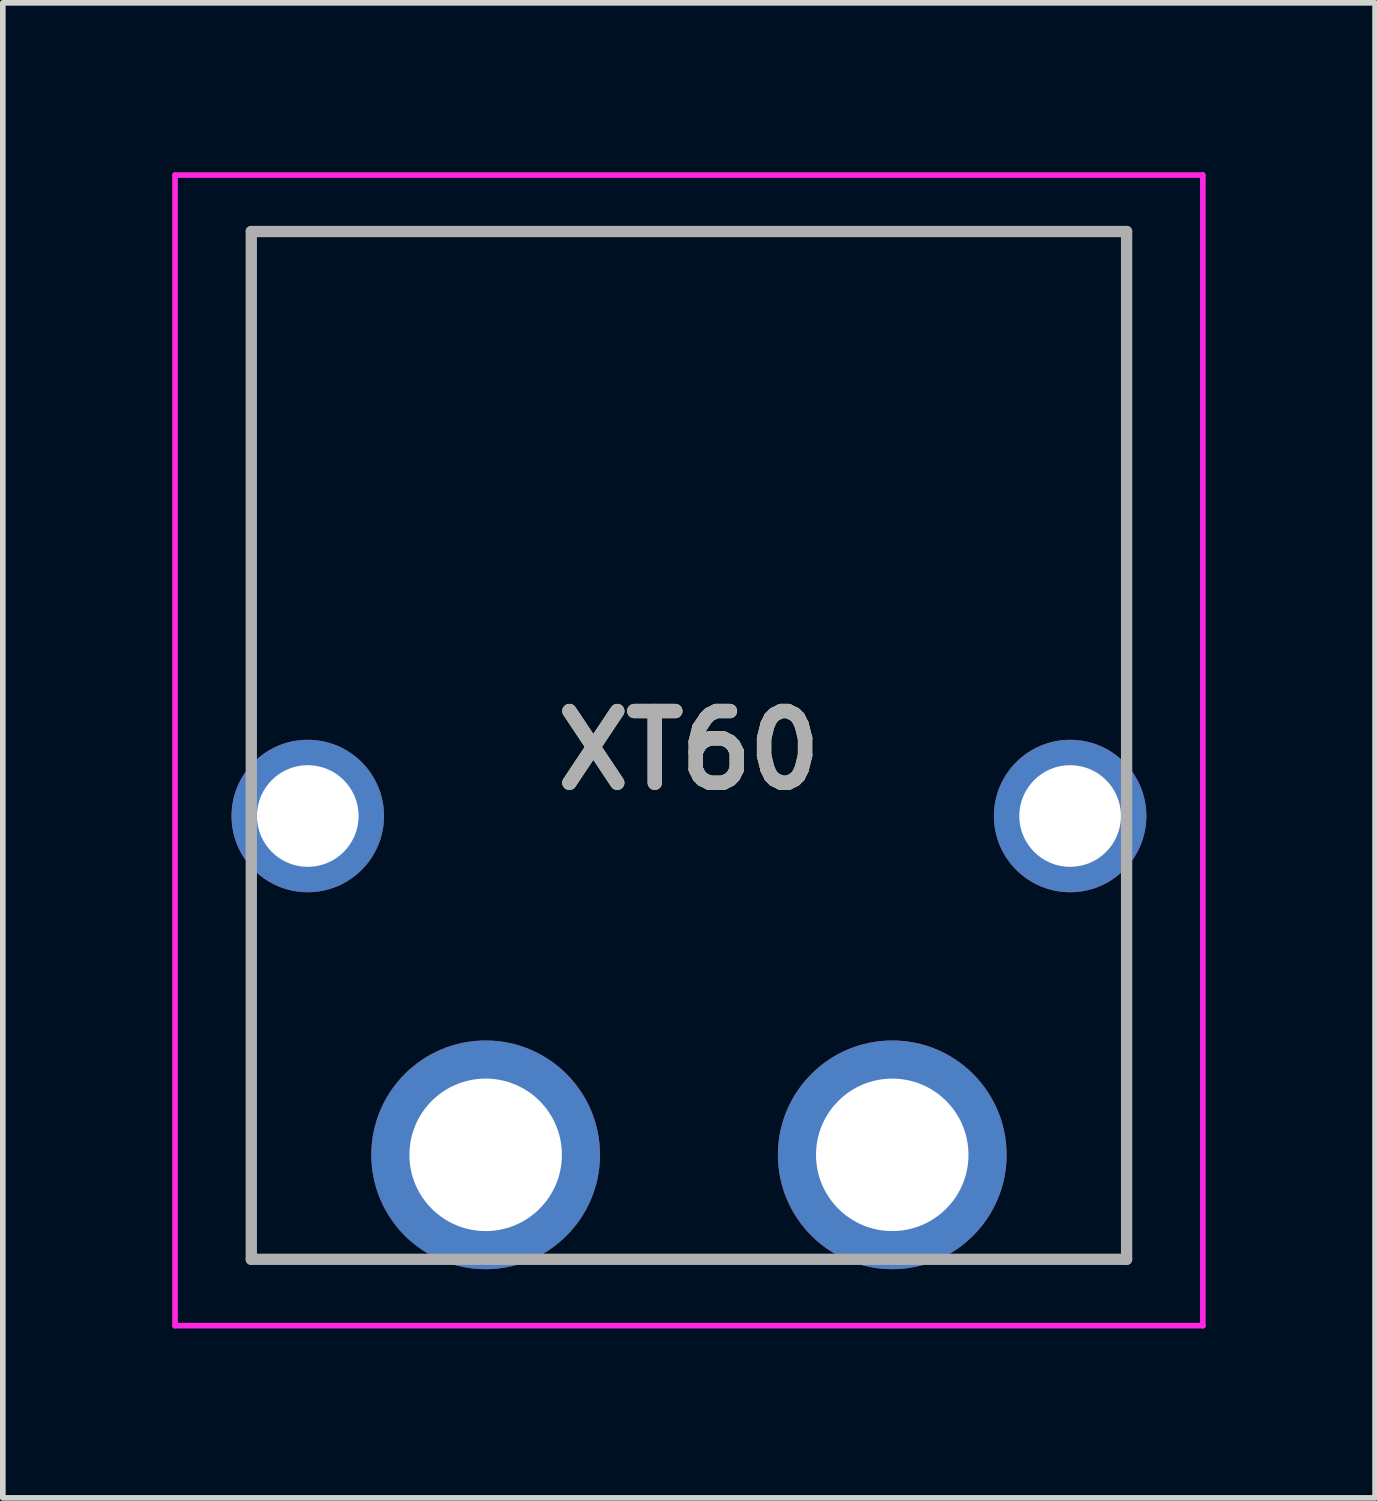
<source format=kicad_pcb>
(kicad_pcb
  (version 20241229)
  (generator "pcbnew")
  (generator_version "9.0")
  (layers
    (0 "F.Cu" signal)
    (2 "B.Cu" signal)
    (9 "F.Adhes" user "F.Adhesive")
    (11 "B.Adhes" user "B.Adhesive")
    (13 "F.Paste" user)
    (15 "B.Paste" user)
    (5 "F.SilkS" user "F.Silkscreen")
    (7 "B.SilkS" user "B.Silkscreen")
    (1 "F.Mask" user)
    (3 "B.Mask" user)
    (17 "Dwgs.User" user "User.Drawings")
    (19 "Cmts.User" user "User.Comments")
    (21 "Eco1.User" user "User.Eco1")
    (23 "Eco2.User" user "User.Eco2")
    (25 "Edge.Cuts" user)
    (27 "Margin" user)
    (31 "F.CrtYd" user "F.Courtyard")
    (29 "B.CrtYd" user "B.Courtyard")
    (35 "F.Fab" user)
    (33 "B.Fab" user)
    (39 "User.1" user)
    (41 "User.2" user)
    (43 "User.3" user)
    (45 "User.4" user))
  (footprint "XT60"
    (layer "F.Cu")
    (at 9.15 17.4)
    (property "Reference" "XT60" (at 0 -7.163 0) (layer "F.SilkS") (effects (font (size 1.27 1.27) (thickness 0.254))))
    (attr through_hole)
    (fp_line (start -7.75 -16.35) (end 7.75 -16.35) (stroke (width 0.1) (type solid)) (layer "F.SilkS"))
    (fp_line (start -7.75 -7) (end -7.75 -16.35) (stroke (width 0.1) (type solid)) (layer "F.SilkS"))
    (fp_line (start -7.75 -3) (end -7.75 1.85) (stroke (width 0.1) (type solid)) (layer "F.SilkS"))
    (fp_line (start -7.75 1.85) (end -5.6 1.85) (stroke (width 0.1) (type solid)) (layer "F.SilkS"))
    (fp_line (start 5.4 1.85) (end 7.75 1.85) (stroke (width 0.1) (type solid)) (layer "F.SilkS"))
    (fp_line (start 7.75 -16.35) (end 7.75 -7) (stroke (width 0.1) (type solid)) (layer "F.SilkS"))
    (fp_line (start 7.75 1.85) (end 7.75 -3) (stroke (width 0.1) (type solid)) (layer "F.SilkS"))
    (fp_line (start -9.1 -17.35) (end 9.1 -17.35) (stroke (width 0.1) (type solid)) (layer "F.CrtYd"))
    (fp_line (start -9.1 3.025) (end -9.1 -17.35) (stroke (width 0.1) (type solid)) (layer "F.CrtYd"))
    (fp_line (start 9.1 -17.35) (end 9.1 3.025) (stroke (width 0.1) (type solid)) (layer "F.CrtYd"))
    (fp_line (start 9.1 3.025) (end -9.1 3.025) (stroke (width 0.1) (type solid)) (layer "F.CrtYd"))
    (fp_line (start -7.75 -16.35) (end 7.75 -16.35) (stroke (width 0.2) (type solid)) (layer "F.Fab"))
    (fp_line (start -7.75 1.85) (end -7.75 -16.35) (stroke (width 0.2) (type solid)) (layer "F.Fab"))
    (fp_line (start 7.75 -16.35) (end 7.75 1.85) (stroke (width 0.2) (type solid)) (layer "F.Fab"))
    (fp_line (start 7.75 1.85) (end -7.75 1.85) (stroke (width 0.2) (type solid)) (layer "F.Fab"))
    (fp_text user "${REFERENCE}" (at 0 -7.163 0) (layer "F.Fab") (effects (font (size 1.27 1.27) (thickness 0.254))))
    (pad "1" thru_hole circle (at -3.6 0) (size 4.05 4.05) (drill 2.7) (layers "*.Cu" "*.Mask"))
    (pad "2" thru_hole circle (at 3.6 0) (size 4.05 4.05) (drill 2.7) (layers "*.Cu" "*.Mask"))
    (pad "3" thru_hole circle (at 6.75 -6) (size 2.7 2.7) (drill 1.8) (layers "*.Cu" "*.Mask"))
    (pad "4" thru_hole circle (at -6.75 -6) (size 2.7 2.7) (drill 1.8) (layers "*.Cu" "*.Mask")))
  (gr_rect
    (start -3 -3)
    (end 21.3 23.475)
    (stroke (width 0.1) (type default))
    (fill no)
    (layer "Edge.Cuts")))
</source>
